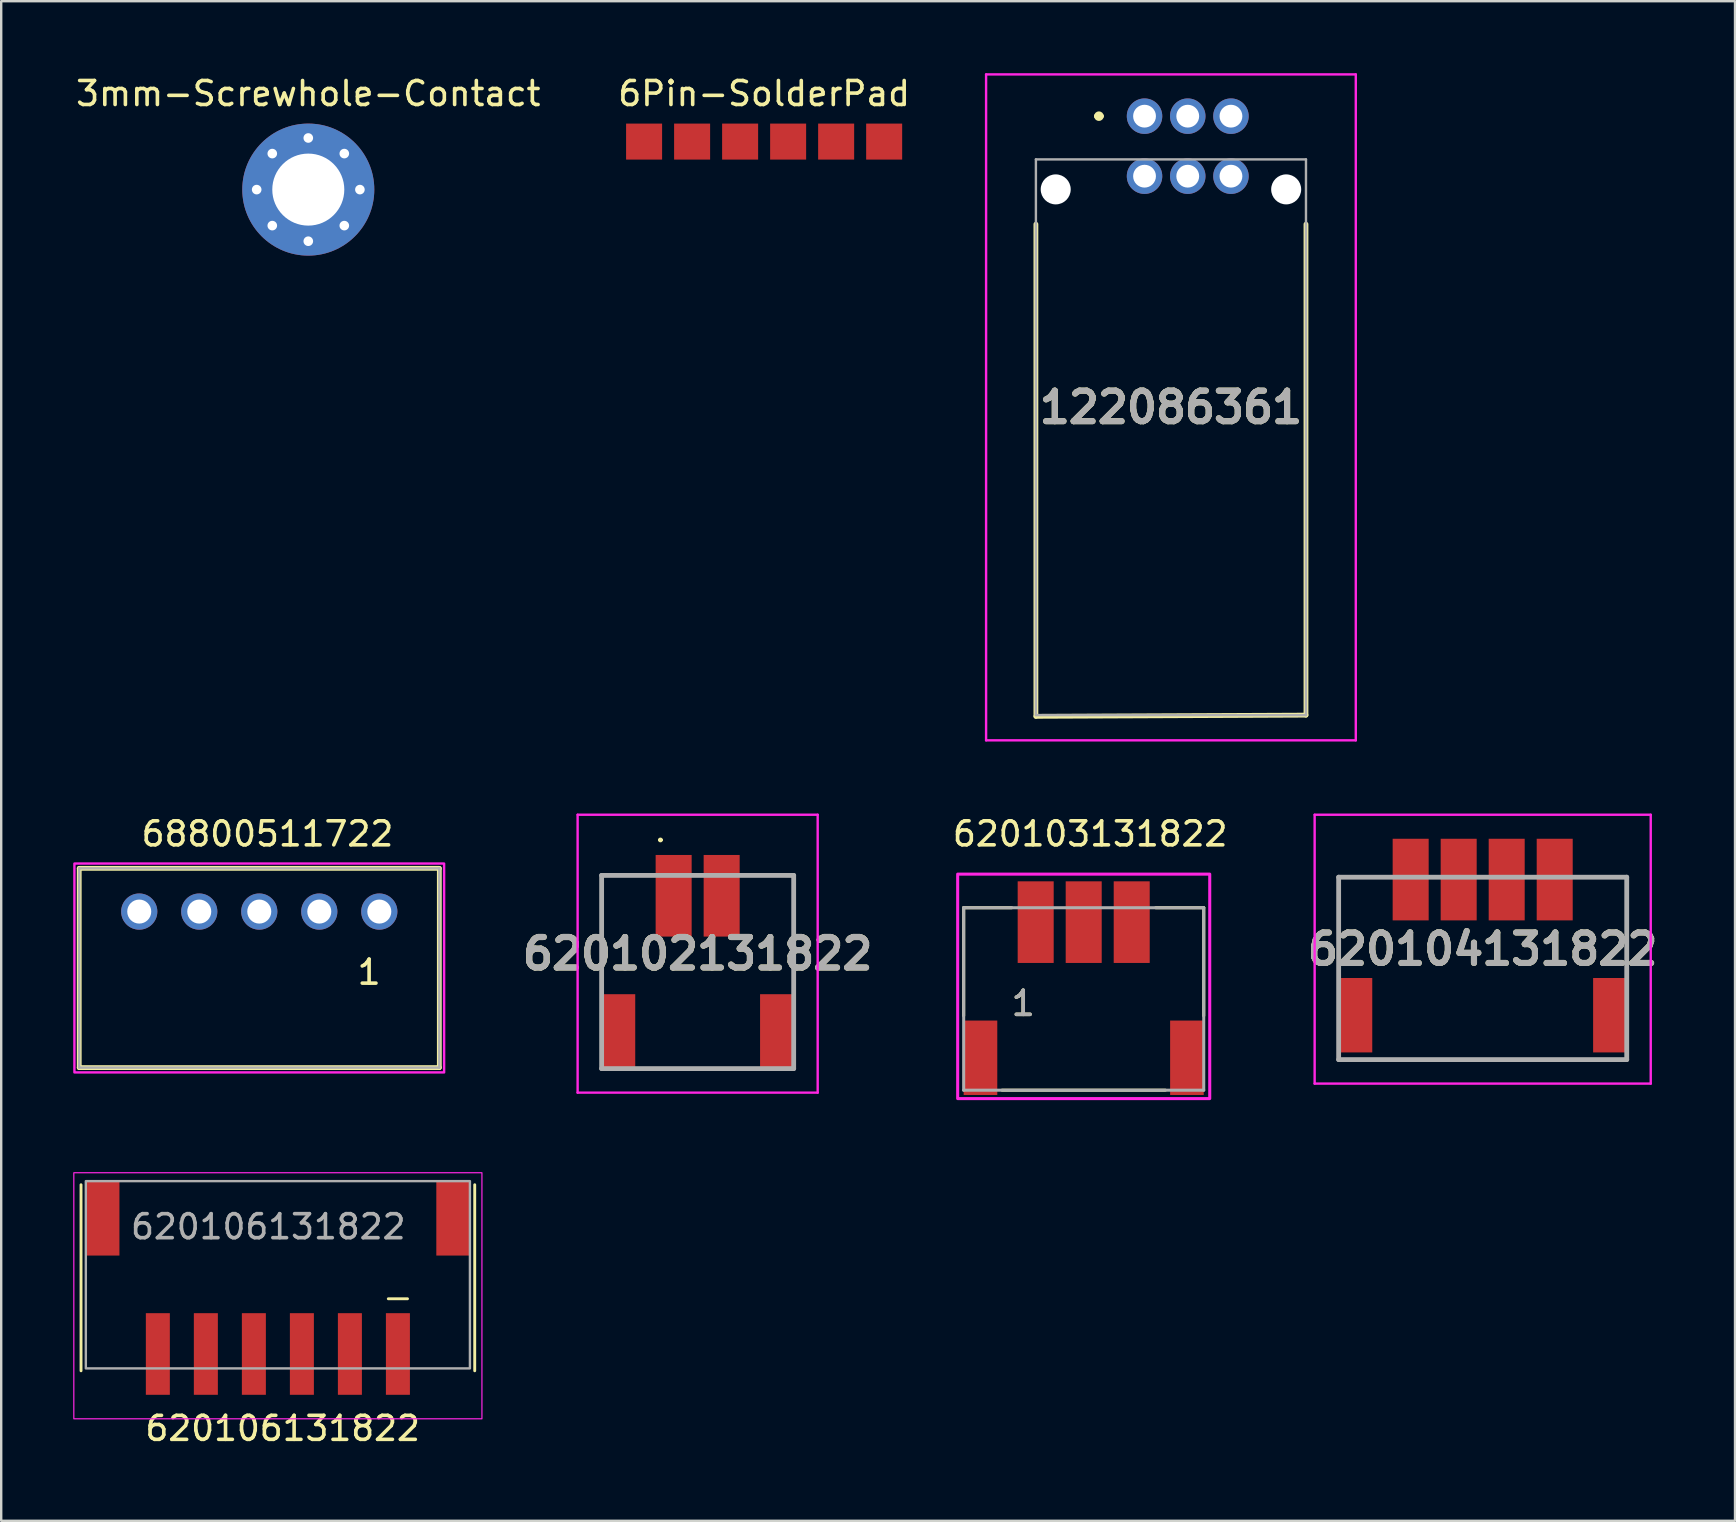
<source format=kicad_pcb>
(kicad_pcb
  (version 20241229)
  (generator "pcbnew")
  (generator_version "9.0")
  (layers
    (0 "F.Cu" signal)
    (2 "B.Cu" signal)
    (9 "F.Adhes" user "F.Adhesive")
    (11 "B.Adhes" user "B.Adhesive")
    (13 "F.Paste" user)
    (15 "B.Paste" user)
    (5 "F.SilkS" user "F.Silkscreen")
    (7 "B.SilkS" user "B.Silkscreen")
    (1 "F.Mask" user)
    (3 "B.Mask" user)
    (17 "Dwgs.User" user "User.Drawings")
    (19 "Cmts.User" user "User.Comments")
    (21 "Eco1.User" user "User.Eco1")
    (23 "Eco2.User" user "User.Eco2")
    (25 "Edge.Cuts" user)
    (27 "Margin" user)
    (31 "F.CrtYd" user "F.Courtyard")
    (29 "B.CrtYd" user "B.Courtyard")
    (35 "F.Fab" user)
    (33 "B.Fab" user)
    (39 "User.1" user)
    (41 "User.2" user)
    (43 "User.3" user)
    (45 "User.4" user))
  (footprint "6Pin-SolderPad"
    (layer "F.Cu")
    (at 28.78 2.848)
    (property "Reference" "6Pin-SolderPad" (at 0 -2 0) (unlocked yes) (layer "F.SilkS") (effects (font (size 1 1) (thickness 0.15))))
    (attr smd)
    (pad "1" smd rect (at -5 0) (size 1.5 1.5) (layers "F.Cu" "F.Mask" "F.Paste"))
    (pad "2" smd rect (at -3 0) (size 1.5 1.5) (layers "F.Cu" "F.Mask" "F.Paste"))
    (pad "3" smd rect (at -1 0) (size 1.5 1.5) (layers "F.Cu" "F.Mask" "F.Paste"))
    (pad "4" smd rect (at 1 0) (size 1.5 1.5) (layers "F.Cu" "F.Mask" "F.Paste"))
    (pad "5" smd rect (at 3 0) (size 1.5 1.5) (layers "F.Cu" "F.Mask" "F.Paste"))
    (pad "6" smd rect (at 5 0) (size 1.5 1.5) (layers "F.Cu" "F.Mask" "F.Paste")))
  (footprint "620104131822"
    (layer "F.Cu")
    (at 58.712 37.289)
    (property "Reference" "620104131822" (at 0 -0.8 0) (layer "F.SilkS") (effects (font (size 1.27 1.27) (thickness 0.254))))
    (attr smd)
    (fp_line (start -6 -3.8) (end -6 0.1) (stroke (width 0.1) (type solid)) (layer "F.SilkS"))
    (fp_line (start -6 3.8) (end 6 3.8) (stroke (width 0.1) (type solid)) (layer "F.SilkS"))
    (fp_line (start -4.2 -3.8) (end -6 -3.8) (stroke (width 0.1) (type solid)) (layer "F.SilkS"))
    (fp_line (start 4.2 -3.8) (end 6 -3.8) (stroke (width 0.1) (type solid)) (layer "F.SilkS"))
    (fp_line (start 6 -3.8) (end 6 0.1) (stroke (width 0.1) (type solid)) (layer "F.SilkS"))
    (fp_line (start -7 -6.4) (end 7 -6.4) (stroke (width 0.1) (type solid)) (layer "F.CrtYd"))
    (fp_line (start -7 4.8) (end -7 -6.4) (stroke (width 0.1) (type solid)) (layer "F.CrtYd"))
    (fp_line (start 7 -6.4) (end 7 4.8) (stroke (width 0.1) (type solid)) (layer "F.CrtYd"))
    (fp_line (start 7 4.8) (end -7 4.8) (stroke (width 0.1) (type solid)) (layer "F.CrtYd"))
    (fp_line (start -6 -3.8) (end 6 -3.8) (stroke (width 0.2) (type solid)) (layer "F.Fab"))
    (fp_line (start -6 3.8) (end -6 -3.8) (stroke (width 0.2) (type solid)) (layer "F.Fab"))
    (fp_line (start 6 -3.8) (end 6 3.8) (stroke (width 0.2) (type solid)) (layer "F.Fab"))
    (fp_line (start 6 3.8) (end -6 3.8) (stroke (width 0.2) (type solid)) (layer "F.Fab"))
    (fp_text user "${REFERENCE}" (at 0 -0.8 0) (layer "F.Fab") (effects (font (size 1.27 1.27) (thickness 0.254))))
    (pad "1" smd rect (at -3 -3.7) (size 1.5 3.4) (layers "F.Cu" "F.Mask" "F.Paste"))
    (pad "2" smd rect (at -1 -3.7) (size 1.5 3.4) (layers "F.Cu" "F.Mask" "F.Paste"))
    (pad "3" smd rect (at 1 -3.7) (size 1.5 3.4) (layers "F.Cu" "F.Mask" "F.Paste"))
    (pad "4" smd rect (at 3 -3.7) (size 1.5 3.4) (layers "F.Cu" "F.Mask" "F.Paste"))
    (pad "5" smd rect (at -5.3 1.95) (size 1.4 3.1) (layers "F.Cu" "F.Mask" "F.Paste"))
    (pad "6" smd rect (at 5.3 1.95) (size 1.4 3.1) (layers "F.Cu" "F.Mask" "F.Paste")))
  (footprint "620106131822"
    (layer "F.Cu")
    (at 8.525 46.051)
    (property "Reference" "620106131822" (at 0.2 10.4 0) (unlocked yes) (layer "F.SilkS") (effects (font (size 1 1) (thickness 0.15))))
    (attr smd)
    (fp_line (start -8.2 0.25) (end -8.2 8) (stroke (width 0.12) (type solid)) (layer "F.SilkS"))
    (fp_line (start 5.4 5) (end 4.6 5) (stroke (width 0.12) (type solid)) (layer "F.SilkS"))
    (fp_line (start 8.2 8) (end 8.2 0.25) (stroke (width 0.12) (type solid)) (layer "F.SilkS"))
    (fp_rect (start -8.5 -0.25) (end 8.5 10) (stroke (width 0.05) (type solid)) (fill no) (layer "F.CrtYd"))
    (fp_rect (start 8 7.9) (end -8 0.1) (stroke (width 0.1) (type solid)) (fill no) (layer "F.Fab"))
    (fp_text user "${REFERENCE}" (at -0.4 2 0) (unlocked yes) (layer "F.Fab") (effects (font (size 1 1) (thickness 0.15))))
    (pad "" smd rect (at -7.3 1.65 180) (size 1.4 3.1) (layers "F.Cu" "F.Mask" "F.Paste"))
    (pad "" smd rect (at 7.3 1.65 180) (size 1.4 3.1) (layers "F.Cu" "F.Mask" "F.Paste"))
    (pad "1" smd rect (at 5 7.3 180) (size 1 3.4) (layers "F.Cu" "F.Mask" "F.Paste"))
    (pad "2" smd rect (at 3 7.3 180) (size 1 3.4) (layers "F.Cu" "F.Mask" "F.Paste"))
    (pad "3" smd rect (at 1 7.3 180) (size 1 3.4) (layers "F.Cu" "F.Mask" "F.Paste"))
    (pad "4" smd rect (at -1 7.3 180) (size 1 3.4) (layers "F.Cu" "F.Mask" "F.Paste"))
    (pad "5" smd rect (at -3 7.3 180) (size 1 3.4) (layers "F.Cu" "F.Mask" "F.Paste"))
    (pad "6" smd rect (at -5 7.3 180) (size 1 3.4) (layers "F.Cu" "F.Mask" "F.Paste")))
  (footprint "3mm-Screwhole-Contact"
    (layer "F.Cu")
    (at 9.792 4.848)
    (property "Reference" "3mm-Screwhole-Contact" (at 0 -4 0) (unlocked yes) (layer "F.SilkS") (effects (font (size 1 1) (thickness 0.15))))
    (attr smd)
    (pad "1" thru_hole circle (at -2.15 0) (size 0.4 0.4) (drill 0.4) (layers "*.Cu" "*.Mask"))
    (pad "1" thru_hole circle (at -1.5 -1.5) (size 0.4 0.4) (drill 0.4) (layers "*.Cu" "*.Mask"))
    (pad "1" thru_hole circle (at -1.5 1.5) (size 0.4 0.4) (drill 0.4) (layers "*.Cu" "*.Mask"))
    (pad "1" thru_hole circle (at 0 -2.15) (size 0.4 0.4) (drill 0.4) (layers "*.Cu" "*.Mask"))
    (pad "1" thru_hole circle (at 0 0) (size 5.5 5.5) (drill 3) (layers "*.Cu" "*.Mask"))
    (pad "1" thru_hole circle (at 0 2.15) (size 0.4 0.4) (drill 0.4) (layers "*.Cu" "*.Mask"))
    (pad "1" thru_hole circle (at 1.5 -1.5) (size 0.4 0.4) (drill 0.4) (layers "*.Cu" "*.Mask"))
    (pad "1" thru_hole circle (at 1.5 1.5) (size 0.4 0.4) (drill 0.4) (layers "*.Cu" "*.Mask"))
    (pad "1" thru_hole circle (at 2.15 0) (size 0.4 0.4) (drill 0.4) (layers "*.Cu" "*.Mask")))
  (footprint "620102131822"
    (layer "F.Cu")
    (at 26.011 37.439)
    (property "Reference" "620102131822" (at 0 -0.762 0) (layer "F.SilkS") (effects (font (size 1.27 1.27) (thickness 0.254))))
    (attr smd)
    (fp_line (start -4 -4) (end -4 0.5) (stroke (width 0.1) (type solid)) (layer "F.SilkS"))
    (fp_line (start -2.5 -4.025) (end -4 -4) (stroke (width 0.1) (type solid)) (layer "F.SilkS"))
    (fp_line (start -2 4.025) (end 2 4.025) (stroke (width 0.1) (type solid)) (layer "F.SilkS"))
    (fp_line (start -1.6 -5.5) (end -1.6 -5.5) (stroke (width 0.1) (type solid)) (layer "F.SilkS"))
    (fp_line (start -1.5 -5.5) (end -1.5 -5.5) (stroke (width 0.1) (type solid)) (layer "F.SilkS"))
    (fp_line (start 2.5 -4.025) (end 4 -4) (stroke (width 0.1) (type solid)) (layer "F.SilkS"))
    (fp_line (start 4 -4) (end 4 0.5) (stroke (width 0.1) (type solid)) (layer "F.SilkS"))
    (fp_arc (start -1.6 -5.5) (mid -1.55 -5.55) (end -1.5 -5.5) (stroke (width 0.1) (type solid)) (layer "F.SilkS"))
    (fp_arc (start -1.5 -5.5) (mid -1.55 -5.45) (end -1.6 -5.5) (stroke (width 0.1) (type solid)) (layer "F.SilkS"))
    (fp_line (start -5 -6.55) (end 5 -6.55) (stroke (width 0.1) (type solid)) (layer "F.CrtYd"))
    (fp_line (start -5 5.025) (end -5 -6.55) (stroke (width 0.1) (type solid)) (layer "F.CrtYd"))
    (fp_line (start 5 -6.55) (end 5 5.025) (stroke (width 0.1) (type solid)) (layer "F.CrtYd"))
    (fp_line (start 5 5.025) (end -5 5.025) (stroke (width 0.1) (type solid)) (layer "F.CrtYd"))
    (fp_line (start -4 -4.025) (end 4 -4.025) (stroke (width 0.2) (type solid)) (layer "F.Fab"))
    (fp_line (start -4 4.025) (end -4 -4.025) (stroke (width 0.2) (type solid)) (layer "F.Fab"))
    (fp_line (start 4 -4.025) (end 4 4.025) (stroke (width 0.2) (type solid)) (layer "F.Fab"))
    (fp_line (start 4 4.025) (end -4 4.025) (stroke (width 0.2) (type solid)) (layer "F.Fab"))
    (fp_text user "${REFERENCE}" (at 0 -0.762 0) (layer "F.Fab") (effects (font (size 1.27 1.27) (thickness 0.254))))
    (pad "1" smd rect (at -1 -3.175) (size 1.5 3.4) (layers "F.Cu" "F.Mask" "F.Paste"))
    (pad "2" smd rect (at 1 -3.175) (size 1.5 3.4) (layers "F.Cu" "F.Mask" "F.Paste"))
    (pad "3" smd rect (at -3.3 2.475) (size 1.4 3.1) (layers "F.Cu" "F.Mask" "F.Paste"))
    (pad "4" smd rect (at 3.3 2.475) (size 1.4 3.1) (layers "F.Cu" "F.Mask" "F.Paste")))
  (footprint "122086361"
    (layer "F.Cu")
    (at 44.626 1.789)
    (property "Reference" "122086361" (at 1.1 12.13 0) (layer "F.SilkS") (effects (font (size 1.27 1.27) (thickness 0.254))))
    (attr through_hole)
    (fp_line (start -4.525 25) (end -4.525 4.5) (stroke (width 0.2) (type solid)) (layer "F.SilkS"))
    (fp_line (start -2 0) (end -2 0) (stroke (width 0.2) (type solid)) (layer "F.SilkS"))
    (fp_line (start -1.8 0) (end -1.8 0) (stroke (width 0.2) (type solid)) (layer "F.SilkS"))
    (fp_line (start 6.725 4.5) (end 6.725 24.95) (stroke (width 0.2) (type solid)) (layer "F.SilkS"))
    (fp_line (start 6.725 24.95) (end -4.525 25) (stroke (width 0.2) (type solid)) (layer "F.SilkS"))
    (fp_arc (start -2 0) (mid -1.9 -0.1) (end -1.8 0) (stroke (width 0.2) (type solid)) (layer "F.SilkS"))
    (fp_arc (start -1.8 0) (mid -1.9 0.1) (end -2 0) (stroke (width 0.2) (type solid)) (layer "F.SilkS"))
    (fp_line (start -6.6 -1.739) (end 8.8 -1.739) (stroke (width 0.1) (type solid)) (layer "F.CrtYd"))
    (fp_line (start -6.6 26) (end -6.6 -1.739) (stroke (width 0.1) (type solid)) (layer "F.CrtYd"))
    (fp_line (start 8.8 -1.739) (end 8.8 26) (stroke (width 0.1) (type solid)) (layer "F.CrtYd"))
    (fp_line (start 8.8 26) (end -6.6 26) (stroke (width 0.1) (type solid)) (layer "F.CrtYd"))
    (fp_line (start -4.525 1.8) (end -4.525 24.95) (stroke (width 0.1) (type solid)) (layer "F.Fab"))
    (fp_line (start -4.525 24.95) (end 6.725 24.95) (stroke (width 0.1) (type solid)) (layer "F.Fab"))
    (fp_line (start 6.725 1.8) (end -4.525 1.8) (stroke (width 0.1) (type solid)) (layer "F.Fab"))
    (fp_line (start 6.725 24.95) (end 6.725 1.8) (stroke (width 0.1) (type solid)) (layer "F.Fab"))
    (fp_text user "${REFERENCE}" (at 1.1 12.13 0) (layer "F.Fab") (effects (font (size 1.27 1.27) (thickness 0.254))))
    (pad "" np_thru_hole circle (at -3.7 3.05) (size 1.25 1.25) (drill 1.25) (layers "*.Cu" "*.Mask"))
    (pad "" np_thru_hole circle (at 5.9 3.05) (size 1.25 1.25) (drill 1.25) (layers "*.Cu" "*.Mask"))
    (pad "1" thru_hole circle (at 0 0) (size 1.478 1.478) (drill 0.95) (layers "*.Cu" "*.Mask"))
    (pad "2" thru_hole circle (at 0 2.5) (size 1.478 1.478) (drill 0.95) (layers "*.Cu" "*.Mask"))
    (pad "3" thru_hole circle (at 1.8 0) (size 1.478 1.478) (drill 0.95) (layers "*.Cu" "*.Mask"))
    (pad "4" thru_hole circle (at 1.8 2.5) (size 1.478 1.478) (drill 0.95) (layers "*.Cu" "*.Mask"))
    (pad "5" thru_hole circle (at 3.6 0) (size 1.478 1.478) (drill 0.95) (layers "*.Cu" "*.Mask"))
    (pad "6" thru_hole circle (at 3.6 2.5) (size 1.478 1.478) (drill 0.95) (layers "*.Cu" "*.Mask")))
  (footprint "620103131822"
    (layer "F.Cu")
    (at 42.092 35.362)
    (property "Reference" "620103131822" (at 0.27 -3.675 0) (layer "F.SilkS") (effects (font (size 1 1) (thickness 0.15))))
    (attr smd)
    (fp_line (start -5 -0.6) (end -5 3.9) (stroke (width 0.127) (type solid)) (layer "F.SilkS"))
    (fp_line (start -3.4 7) (end 3.4 7) (stroke (width 0.127) (type solid)) (layer "F.SilkS"))
    (fp_line (start -3 -0.6) (end -5 -0.6) (stroke (width 0.127) (type solid)) (layer "F.SilkS"))
    (fp_line (start 3 -0.6) (end 5 -0.6) (stroke (width 0.127) (type solid)) (layer "F.SilkS"))
    (fp_line (start 5 -0.6) (end 5 3.9) (stroke (width 0.127) (type solid)) (layer "F.SilkS"))
    (fp_poly (pts (xy -5.25 -2) (xy 5.25 -2) (xy 5.25 7.35) (xy -5.25 7.35)) (stroke (width 0.127) (type solid)) (fill no) (layer "F.CrtYd"))
    (fp_line (start -5 -0.6) (end 5 -0.6) (stroke (width 0.127) (type solid)) (layer "F.Fab"))
    (fp_line (start -5 7) (end -5 -0.6) (stroke (width 0.127) (type solid)) (layer "F.Fab"))
    (fp_line (start 5 -0.6) (end 5 7) (stroke (width 0.127) (type solid)) (layer "F.Fab"))
    (fp_line (start 5 7) (end -5 7) (stroke (width 0.127) (type solid)) (layer "F.Fab"))
    (fp_text user "1" (at -2.52 3.385 0) (layer "F.SilkS") (effects (font (size 1 1) (thickness 0.15))))
    (fp_text user "1" (at -2.52 3.385 0) (layer "F.Fab") (effects (font (size 1 1) (thickness 0.15))))
    (pad "1" smd rect (at -2 0 180) (size 1.5 3.4) (layers "F.Cu" "F.Mask" "F.Paste"))
    (pad "2" smd rect (at 0 0 180) (size 1.5 3.4) (layers "F.Cu" "F.Mask" "F.Paste"))
    (pad "3" smd rect (at 2 0 180) (size 1.5 3.4) (layers "F.Cu" "F.Mask" "F.Paste"))
    (pad "Z1" smd rect (at -4.3 5.65 180) (size 1.4 3.1) (layers "F.Cu" "F.Mask" "F.Paste"))
    (pad "Z2" smd rect (at 4.3 5.65 180) (size 1.4 3.1) (layers "F.Cu" "F.Mask" "F.Paste")))
  (footprint "68800511722"
    (layer "F.Cu")
    (at 7.75 37.272)
    (property "Reference" "68800511722" (at 0.34 -5.585 0) (layer "F.SilkS") (effects (font (size 1 1) (thickness 0.15))))
    (attr through_hole)
    (fp_line (start -7.5 -4.15) (end 7.5 -4.15) (stroke (width 0.2) (type solid)) (layer "F.SilkS"))
    (fp_line (start -7.5 4.15) (end -7.5 -4.15) (stroke (width 0.2) (type solid)) (layer "F.SilkS"))
    (fp_line (start 7.5 -4.15) (end 7.5 4.15) (stroke (width 0.2) (type solid)) (layer "F.SilkS"))
    (fp_line (start 7.5 4.15) (end -7.5 4.15) (stroke (width 0.2) (type solid)) (layer "F.SilkS"))
    (fp_poly (pts (xy -7.7 -4.35) (xy 7.7 -4.35) (xy 7.7 4.35) (xy -7.7 4.35)) (stroke (width 0.1) (type solid)) (fill no) (layer "F.CrtYd"))
    (fp_line (start -7.5 -4.15) (end 7.5 -4.15) (stroke (width 0.1) (type solid)) (layer "F.Fab"))
    (fp_line (start -7.5 4.15) (end -7.5 -4.15) (stroke (width 0.1) (type solid)) (layer "F.Fab"))
    (fp_line (start 7.5 -4.15) (end 7.5 4.15) (stroke (width 0.1) (type solid)) (layer "F.Fab"))
    (fp_line (start 7.5 4.15) (end -7.5 4.15) (stroke (width 0.1) (type solid)) (layer "F.Fab"))
    (fp_text user "1" (at 4.575 0.175 0) (layer "F.SilkS") (effects (font (size 1 1) (thickness 0.15))))
    (pad "1" thru_hole circle (at 5 -2.35) (size 1.508 1.508) (drill 1) (layers "*.Cu" "*.Mask"))
    (pad "2" thru_hole circle (at 2.5 -2.35) (size 1.508 1.508) (drill 1) (layers "*.Cu" "*.Mask"))
    (pad "3" thru_hole circle (at 0 -2.35) (size 1.508 1.508) (drill 1) (layers "*.Cu" "*.Mask"))
    (pad "4" thru_hole circle (at -2.5 -2.35) (size 1.508 1.508) (drill 1) (layers "*.Cu" "*.Mask"))
    (pad "5" thru_hole circle (at -5 -2.35) (size 1.508 1.508) (drill 1) (layers "*.Cu" "*.Mask")))
  (gr_rect
    (start -3 -3)
    (end 69.223 60.299)
    (stroke (width 0.1) (type default))
    (fill no)
    (layer "Edge.Cuts")))
</source>
